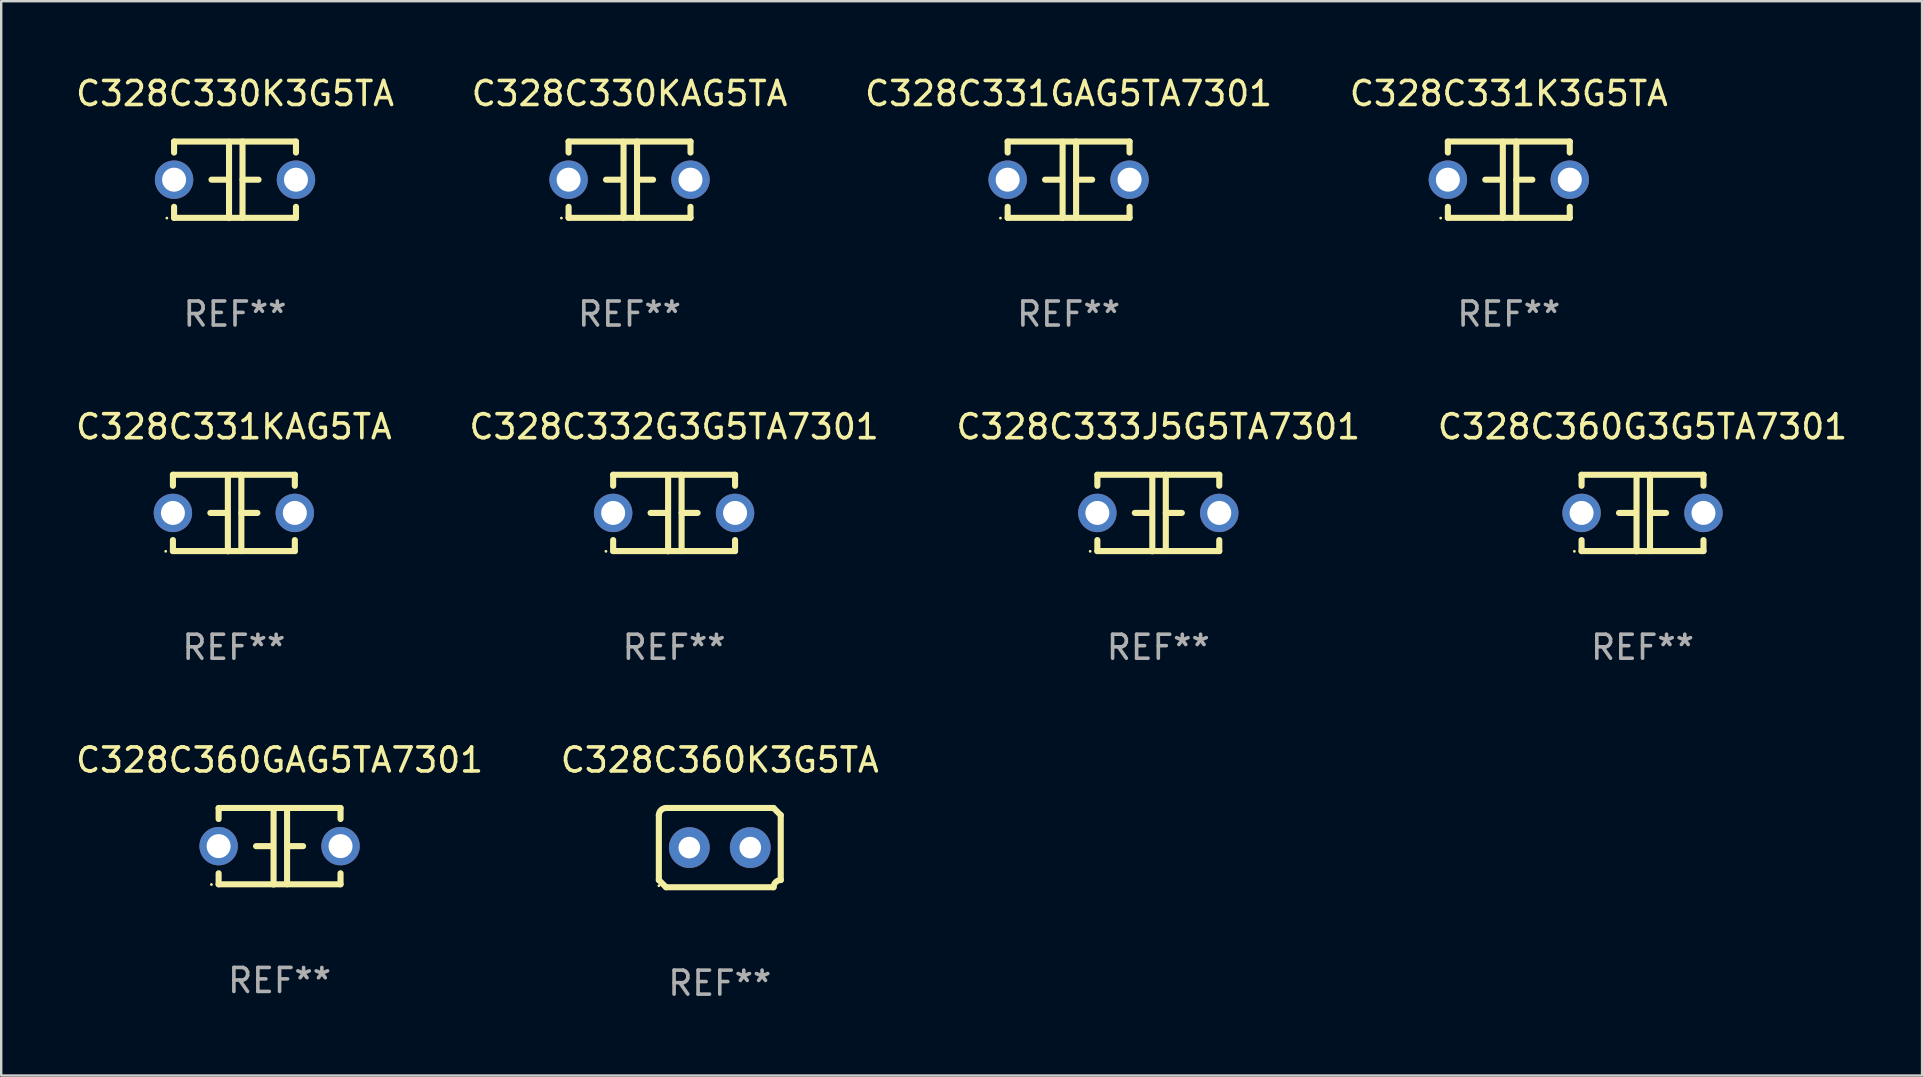
<source format=kicad_pcb>
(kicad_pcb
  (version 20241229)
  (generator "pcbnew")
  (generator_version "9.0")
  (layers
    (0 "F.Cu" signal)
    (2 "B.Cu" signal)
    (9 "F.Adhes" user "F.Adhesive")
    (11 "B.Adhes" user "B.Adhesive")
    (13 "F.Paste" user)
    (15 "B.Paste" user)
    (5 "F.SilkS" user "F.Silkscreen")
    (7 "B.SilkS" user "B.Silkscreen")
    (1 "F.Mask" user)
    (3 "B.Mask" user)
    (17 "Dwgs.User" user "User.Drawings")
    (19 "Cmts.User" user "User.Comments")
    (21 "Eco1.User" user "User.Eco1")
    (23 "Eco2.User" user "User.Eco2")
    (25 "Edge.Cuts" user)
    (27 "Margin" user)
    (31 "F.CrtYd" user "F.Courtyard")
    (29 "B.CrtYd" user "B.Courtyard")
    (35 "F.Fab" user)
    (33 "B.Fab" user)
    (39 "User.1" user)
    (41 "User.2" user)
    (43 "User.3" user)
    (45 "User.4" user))
  (footprint "C328C331K3G5TA"
    (layer "F.Cu")
    (at 59.827 4.443)
    (property "Reference" "C328C331K3G5TA" (at 0 -3.595 0) (layer "F.SilkS") (effects (font (size 1 1) (thickness 0.15))))
    (attr through_hole)
    (fp_line (start -2.54 -1.595) (end -2.54 -1.136) (stroke (width 0.254) (type solid)) (layer "F.SilkS"))
    (fp_line (start -2.54 -1.595) (end 2.54 -1.595) (stroke (width 0.254) (type solid)) (layer "F.SilkS"))
    (fp_line (start -2.54 1.126) (end -2.54 1.585) (stroke (width 0.254) (type solid)) (layer "F.SilkS"))
    (fp_line (start -0.312 -0.005) (end -0.98 -0.005) (stroke (width 0.254) (type solid)) (layer "F.SilkS"))
    (fp_line (start -0.25 -1.585) (end -0.25 1.595) (stroke (width 0.254) (type solid)) (layer "F.SilkS"))
    (fp_line (start 0.312 -1.595) (end 0.312 1.585) (stroke (width 0.254) (type solid)) (layer "F.SilkS"))
    (fp_line (start 0.312 -0.005) (end 0.98 -0.005) (stroke (width 0.254) (type solid)) (layer "F.SilkS"))
    (fp_line (start 2.54 -1.595) (end 2.54 -1.136) (stroke (width 0.254) (type solid)) (layer "F.SilkS"))
    (fp_line (start 2.54 1.126) (end 2.54 1.585) (stroke (width 0.254) (type solid)) (layer "F.SilkS"))
    (fp_line (start 2.54 1.585) (end -2.54 1.585) (stroke (width 0.254) (type solid)) (layer "F.SilkS"))
    (fp_circle (center -2.84 1.595) (end -2.81 1.595) (stroke (width 0.06) (type solid)) (fill no) (layer "F.SilkS"))
    (fp_text user "REF**" (at 0 5.595 0) (layer "F.Fab") (effects (font (size 1 1) (thickness 0.15))))
    (pad "1" thru_hole circle (at -2.54 -0.005) (size 1.6 1.6) (drill 1) (layers "*.Cu" "*.Mask"))
    (pad "2" thru_hole circle (at 2.54 -0.005) (size 1.6 1.6) (drill 1) (layers "*.Cu" "*.Mask")))
  (footprint "C328C333J5G5TA7301"
    (layer "F.Cu")
    (at 45.22 18.33)
    (property "Reference" "C328C333J5G5TA7301" (at 0 -3.595 0) (layer "F.SilkS") (effects (font (size 1 1) (thickness 0.15))))
    (attr through_hole)
    (fp_line (start -2.54 -1.595) (end -2.54 -1.136) (stroke (width 0.254) (type solid)) (layer "F.SilkS"))
    (fp_line (start -2.54 -1.595) (end 2.54 -1.595) (stroke (width 0.254) (type solid)) (layer "F.SilkS"))
    (fp_line (start -2.54 1.126) (end -2.54 1.585) (stroke (width 0.254) (type solid)) (layer "F.SilkS"))
    (fp_line (start -0.312 -0.005) (end -0.98 -0.005) (stroke (width 0.254) (type solid)) (layer "F.SilkS"))
    (fp_line (start -0.25 -1.585) (end -0.25 1.595) (stroke (width 0.254) (type solid)) (layer "F.SilkS"))
    (fp_line (start 0.312 -1.595) (end 0.312 1.585) (stroke (width 0.254) (type solid)) (layer "F.SilkS"))
    (fp_line (start 0.312 -0.005) (end 0.98 -0.005) (stroke (width 0.254) (type solid)) (layer "F.SilkS"))
    (fp_line (start 2.54 -1.595) (end 2.54 -1.136) (stroke (width 0.254) (type solid)) (layer "F.SilkS"))
    (fp_line (start 2.54 1.126) (end 2.54 1.585) (stroke (width 0.254) (type solid)) (layer "F.SilkS"))
    (fp_line (start 2.54 1.585) (end -2.54 1.585) (stroke (width 0.254) (type solid)) (layer "F.SilkS"))
    (fp_circle (center -2.84 1.595) (end -2.81 1.595) (stroke (width 0.06) (type solid)) (fill no) (layer "F.SilkS"))
    (fp_text user "REF**" (at 0 5.595 0) (layer "F.Fab") (effects (font (size 1 1) (thickness 0.15))))
    (pad "1" thru_hole circle (at -2.54 -0.005) (size 1.6 1.6) (drill 1) (layers "*.Cu" "*.Mask"))
    (pad "2" thru_hole circle (at 2.54 -0.005) (size 1.6 1.6) (drill 1) (layers "*.Cu" "*.Mask")))
  (footprint "C328C360G3G5TA7301"
    (layer "F.Cu")
    (at 65.399 18.33)
    (property "Reference" "C328C360G3G5TA7301" (at 0 -3.595 0) (layer "F.SilkS") (effects (font (size 1 1) (thickness 0.15))))
    (attr through_hole)
    (fp_line (start -2.54 -1.595) (end -2.54 -1.136) (stroke (width 0.254) (type solid)) (layer "F.SilkS"))
    (fp_line (start -2.54 -1.595) (end 2.54 -1.595) (stroke (width 0.254) (type solid)) (layer "F.SilkS"))
    (fp_line (start -2.54 1.126) (end -2.54 1.585) (stroke (width 0.254) (type solid)) (layer "F.SilkS"))
    (fp_line (start -0.312 -0.005) (end -0.98 -0.005) (stroke (width 0.254) (type solid)) (layer "F.SilkS"))
    (fp_line (start -0.25 -1.585) (end -0.25 1.595) (stroke (width 0.254) (type solid)) (layer "F.SilkS"))
    (fp_line (start 0.312 -1.595) (end 0.312 1.585) (stroke (width 0.254) (type solid)) (layer "F.SilkS"))
    (fp_line (start 0.312 -0.005) (end 0.98 -0.005) (stroke (width 0.254) (type solid)) (layer "F.SilkS"))
    (fp_line (start 2.54 -1.595) (end 2.54 -1.136) (stroke (width 0.254) (type solid)) (layer "F.SilkS"))
    (fp_line (start 2.54 1.126) (end 2.54 1.585) (stroke (width 0.254) (type solid)) (layer "F.SilkS"))
    (fp_line (start 2.54 1.585) (end -2.54 1.585) (stroke (width 0.254) (type solid)) (layer "F.SilkS"))
    (fp_circle (center -2.84 1.595) (end -2.81 1.595) (stroke (width 0.06) (type solid)) (fill no) (layer "F.SilkS"))
    (fp_text user "REF**" (at 0 5.595 0) (layer "F.Fab") (effects (font (size 1 1) (thickness 0.15))))
    (pad "1" thru_hole circle (at -2.54 -0.005) (size 1.6 1.6) (drill 1) (layers "*.Cu" "*.Mask"))
    (pad "2" thru_hole circle (at 2.54 -0.005) (size 1.6 1.6) (drill 1) (layers "*.Cu" "*.Mask")))
  (footprint "C328C332G3G5TA7301"
    (layer "F.Cu")
    (at 25.042 18.33)
    (property "Reference" "C328C332G3G5TA7301" (at 0 -3.595 0) (layer "F.SilkS") (effects (font (size 1 1) (thickness 0.15))))
    (attr through_hole)
    (fp_line (start -2.54 -1.595) (end -2.54 -1.136) (stroke (width 0.254) (type solid)) (layer "F.SilkS"))
    (fp_line (start -2.54 -1.595) (end 2.54 -1.595) (stroke (width 0.254) (type solid)) (layer "F.SilkS"))
    (fp_line (start -2.54 1.126) (end -2.54 1.585) (stroke (width 0.254) (type solid)) (layer "F.SilkS"))
    (fp_line (start -0.312 -0.005) (end -0.98 -0.005) (stroke (width 0.254) (type solid)) (layer "F.SilkS"))
    (fp_line (start -0.25 -1.585) (end -0.25 1.595) (stroke (width 0.254) (type solid)) (layer "F.SilkS"))
    (fp_line (start 0.312 -1.595) (end 0.312 1.585) (stroke (width 0.254) (type solid)) (layer "F.SilkS"))
    (fp_line (start 0.312 -0.005) (end 0.98 -0.005) (stroke (width 0.254) (type solid)) (layer "F.SilkS"))
    (fp_line (start 2.54 -1.595) (end 2.54 -1.136) (stroke (width 0.254) (type solid)) (layer "F.SilkS"))
    (fp_line (start 2.54 1.126) (end 2.54 1.585) (stroke (width 0.254) (type solid)) (layer "F.SilkS"))
    (fp_line (start 2.54 1.585) (end -2.54 1.585) (stroke (width 0.254) (type solid)) (layer "F.SilkS"))
    (fp_circle (center -2.84 1.595) (end -2.81 1.595) (stroke (width 0.06) (type solid)) (fill no) (layer "F.SilkS"))
    (fp_text user "REF**" (at 0 5.595 0) (layer "F.Fab") (effects (font (size 1 1) (thickness 0.15))))
    (pad "1" thru_hole circle (at -2.54 -0.005) (size 1.6 1.6) (drill 1) (layers "*.Cu" "*.Mask"))
    (pad "2" thru_hole circle (at 2.54 -0.005) (size 1.6 1.6) (drill 1) (layers "*.Cu" "*.Mask")))
  (footprint "C328C331KAG5TA"
    (layer "F.Cu")
    (at 6.696 18.33)
    (property "Reference" "C328C331KAG5TA" (at 0 -3.595 0) (layer "F.SilkS") (effects (font (size 1 1) (thickness 0.15))))
    (attr through_hole)
    (fp_line (start -2.54 -1.595) (end -2.54 -1.136) (stroke (width 0.254) (type solid)) (layer "F.SilkS"))
    (fp_line (start -2.54 -1.595) (end 2.54 -1.595) (stroke (width 0.254) (type solid)) (layer "F.SilkS"))
    (fp_line (start -2.54 1.126) (end -2.54 1.585) (stroke (width 0.254) (type solid)) (layer "F.SilkS"))
    (fp_line (start -0.312 -0.005) (end -0.98 -0.005) (stroke (width 0.254) (type solid)) (layer "F.SilkS"))
    (fp_line (start -0.25 -1.585) (end -0.25 1.595) (stroke (width 0.254) (type solid)) (layer "F.SilkS"))
    (fp_line (start 0.312 -1.595) (end 0.312 1.585) (stroke (width 0.254) (type solid)) (layer "F.SilkS"))
    (fp_line (start 0.312 -0.005) (end 0.98 -0.005) (stroke (width 0.254) (type solid)) (layer "F.SilkS"))
    (fp_line (start 2.54 -1.595) (end 2.54 -1.136) (stroke (width 0.254) (type solid)) (layer "F.SilkS"))
    (fp_line (start 2.54 1.126) (end 2.54 1.585) (stroke (width 0.254) (type solid)) (layer "F.SilkS"))
    (fp_line (start 2.54 1.585) (end -2.54 1.585) (stroke (width 0.254) (type solid)) (layer "F.SilkS"))
    (fp_circle (center -2.84 1.595) (end -2.81 1.595) (stroke (width 0.06) (type solid)) (fill no) (layer "F.SilkS"))
    (fp_text user "REF**" (at 0 5.595 0) (layer "F.Fab") (effects (font (size 1 1) (thickness 0.15))))
    (pad "1" thru_hole circle (at -2.54 -0.005) (size 1.6 1.6) (drill 1) (layers "*.Cu" "*.Mask"))
    (pad "2" thru_hole circle (at 2.54 -0.005) (size 1.6 1.6) (drill 1) (layers "*.Cu" "*.Mask")))
  (footprint "C328C331GAG5TA7301"
    (layer "F.Cu")
    (at 41.482 4.443)
    (property "Reference" "C328C331GAG5TA7301" (at 0 -3.595 0) (layer "F.SilkS") (effects (font (size 1 1) (thickness 0.15))))
    (attr through_hole)
    (fp_line (start -2.54 -1.595) (end -2.54 -1.136) (stroke (width 0.254) (type solid)) (layer "F.SilkS"))
    (fp_line (start -2.54 -1.595) (end 2.54 -1.595) (stroke (width 0.254) (type solid)) (layer "F.SilkS"))
    (fp_line (start -2.54 1.126) (end -2.54 1.585) (stroke (width 0.254) (type solid)) (layer "F.SilkS"))
    (fp_line (start -0.312 -0.005) (end -0.98 -0.005) (stroke (width 0.254) (type solid)) (layer "F.SilkS"))
    (fp_line (start -0.25 -1.585) (end -0.25 1.595) (stroke (width 0.254) (type solid)) (layer "F.SilkS"))
    (fp_line (start 0.312 -1.595) (end 0.312 1.585) (stroke (width 0.254) (type solid)) (layer "F.SilkS"))
    (fp_line (start 0.312 -0.005) (end 0.98 -0.005) (stroke (width 0.254) (type solid)) (layer "F.SilkS"))
    (fp_line (start 2.54 -1.595) (end 2.54 -1.136) (stroke (width 0.254) (type solid)) (layer "F.SilkS"))
    (fp_line (start 2.54 1.126) (end 2.54 1.585) (stroke (width 0.254) (type solid)) (layer "F.SilkS"))
    (fp_line (start 2.54 1.585) (end -2.54 1.585) (stroke (width 0.254) (type solid)) (layer "F.SilkS"))
    (fp_circle (center -2.84 1.595) (end -2.81 1.595) (stroke (width 0.06) (type solid)) (fill no) (layer "F.SilkS"))
    (fp_text user "REF**" (at 0 5.595 0) (layer "F.Fab") (effects (font (size 1 1) (thickness 0.15))))
    (pad "1" thru_hole circle (at -2.54 -0.005) (size 1.6 1.6) (drill 1) (layers "*.Cu" "*.Mask"))
    (pad "2" thru_hole circle (at 2.54 -0.005) (size 1.6 1.6) (drill 1) (layers "*.Cu" "*.Mask")))
  (footprint "C328C360GAG5TA7301"
    (layer "F.Cu")
    (at 8.601 32.216)
    (property "Reference" "C328C360GAG5TA7301" (at 0 -3.595 0) (layer "F.SilkS") (effects (font (size 1 1) (thickness 0.15))))
    (attr through_hole)
    (fp_line (start -2.54 -1.595) (end -2.54 -1.136) (stroke (width 0.254) (type solid)) (layer "F.SilkS"))
    (fp_line (start -2.54 -1.595) (end 2.54 -1.595) (stroke (width 0.254) (type solid)) (layer "F.SilkS"))
    (fp_line (start -2.54 1.126) (end -2.54 1.585) (stroke (width 0.254) (type solid)) (layer "F.SilkS"))
    (fp_line (start -0.312 -0.005) (end -0.98 -0.005) (stroke (width 0.254) (type solid)) (layer "F.SilkS"))
    (fp_line (start -0.25 -1.585) (end -0.25 1.595) (stroke (width 0.254) (type solid)) (layer "F.SilkS"))
    (fp_line (start 0.312 -1.595) (end 0.312 1.585) (stroke (width 0.254) (type solid)) (layer "F.SilkS"))
    (fp_line (start 0.312 -0.005) (end 0.98 -0.005) (stroke (width 0.254) (type solid)) (layer "F.SilkS"))
    (fp_line (start 2.54 -1.595) (end 2.54 -1.136) (stroke (width 0.254) (type solid)) (layer "F.SilkS"))
    (fp_line (start 2.54 1.126) (end 2.54 1.585) (stroke (width 0.254) (type solid)) (layer "F.SilkS"))
    (fp_line (start 2.54 1.585) (end -2.54 1.585) (stroke (width 0.254) (type solid)) (layer "F.SilkS"))
    (fp_circle (center -2.84 1.595) (end -2.81 1.595) (stroke (width 0.06) (type solid)) (fill no) (layer "F.SilkS"))
    (fp_text user "REF**" (at 0 5.595 0) (layer "F.Fab") (effects (font (size 1 1) (thickness 0.15))))
    (pad "1" thru_hole circle (at -2.54 -0.005) (size 1.6 1.6) (drill 1) (layers "*.Cu" "*.Mask"))
    (pad "2" thru_hole circle (at 2.54 -0.005) (size 1.6 1.6) (drill 1) (layers "*.Cu" "*.Mask")))
  (footprint "C328C360K3G5TA"
    (layer "F.Cu")
    (at 26.946 32.272)
    (property "Reference" "C328C360K3G5TA" (at 0 -3.651 0) (layer "F.SilkS") (effects (font (size 1 1) (thickness 0.15))))
    (attr through_hole)
    (fp_line (start -2.54 -1.351) (end -2.54 1.351) (stroke (width 0.254) (type solid)) (layer "F.SilkS"))
    (fp_line (start -2.24 -1.651) (end 2.24 -1.651) (stroke (width 0.254) (type solid)) (layer "F.SilkS"))
    (fp_line (start 2.24 1.651) (end -2.24 1.651) (stroke (width 0.254) (type solid)) (layer "F.SilkS"))
    (fp_line (start 2.54 1.351) (end 2.54 -1.351) (stroke (width 0.254) (type solid)) (layer "F.SilkS"))
    (fp_arc (start -2.540005 -1.351283) (mid -2.450115 -1.561309) (end -2.240005 -1.651003) (stroke (width 0.254001) (type solid)) (layer "F.SilkS"))
    (fp_arc (start -2.240287 1.651001) (mid -2.390163 1.501019) (end -2.540005 1.351003) (stroke (width 0.254001) (type solid)) (layer "F.SilkS"))
    (fp_arc (start 2.240005 1.651003) (mid 2.329934 1.441015) (end 2.540005 1.351282) (stroke (width 0.254001) (type solid)) (layer "F.SilkS"))
    (fp_arc (start 2.540005 -1.351003) (mid 2.389393 -1.500252) (end 2.240284 -1.651003) (stroke (width 0.254001) (type solid)) (layer "F.SilkS"))
    (fp_circle (center -2.54 1.59) (end -2.51 1.59) (stroke (width 0.06) (type solid)) (fill no) (layer "F.SilkS"))
    (fp_text user "REF**" (at 0 5.651 0) (layer "F.Fab") (effects (font (size 1 1) (thickness 0.15))))
    (pad "1" thru_hole circle (at -1.27 0) (size 1.7 1.7) (drill 0.9) (layers "*.Cu" "*.Mask"))
    (pad "2" thru_hole circle (at 1.27 0) (size 1.7 1.7) (drill 0.9) (layers "*.Cu" "*.Mask")))
  (footprint "C328C330KAG5TA"
    (layer "F.Cu")
    (at 23.185 4.443)
    (property "Reference" "C328C330KAG5TA" (at 0 -3.595 0) (layer "F.SilkS") (effects (font (size 1 1) (thickness 0.15))))
    (attr through_hole)
    (fp_line (start -2.54 -1.595) (end -2.54 -1.136) (stroke (width 0.254) (type solid)) (layer "F.SilkS"))
    (fp_line (start -2.54 -1.595) (end 2.54 -1.595) (stroke (width 0.254) (type solid)) (layer "F.SilkS"))
    (fp_line (start -2.54 1.126) (end -2.54 1.585) (stroke (width 0.254) (type solid)) (layer "F.SilkS"))
    (fp_line (start -0.312 -0.005) (end -0.98 -0.005) (stroke (width 0.254) (type solid)) (layer "F.SilkS"))
    (fp_line (start -0.25 -1.585) (end -0.25 1.595) (stroke (width 0.254) (type solid)) (layer "F.SilkS"))
    (fp_line (start 0.312 -1.595) (end 0.312 1.585) (stroke (width 0.254) (type solid)) (layer "F.SilkS"))
    (fp_line (start 0.312 -0.005) (end 0.98 -0.005) (stroke (width 0.254) (type solid)) (layer "F.SilkS"))
    (fp_line (start 2.54 -1.595) (end 2.54 -1.136) (stroke (width 0.254) (type solid)) (layer "F.SilkS"))
    (fp_line (start 2.54 1.126) (end 2.54 1.585) (stroke (width 0.254) (type solid)) (layer "F.SilkS"))
    (fp_line (start 2.54 1.585) (end -2.54 1.585) (stroke (width 0.254) (type solid)) (layer "F.SilkS"))
    (fp_circle (center -2.84 1.595) (end -2.81 1.595) (stroke (width 0.06) (type solid)) (fill no) (layer "F.SilkS"))
    (fp_text user "REF**" (at 0 5.595 0) (layer "F.Fab") (effects (font (size 1 1) (thickness 0.15))))
    (pad "1" thru_hole circle (at -2.54 -0.005) (size 1.6 1.6) (drill 1) (layers "*.Cu" "*.Mask"))
    (pad "2" thru_hole circle (at 2.54 -0.005) (size 1.6 1.6) (drill 1) (layers "*.Cu" "*.Mask")))
  (footprint "C328C330K3G5TA"
    (layer "F.Cu")
    (at 6.744 4.443)
    (property "Reference" "C328C330K3G5TA" (at 0 -3.595 0) (layer "F.SilkS") (effects (font (size 1 1) (thickness 0.15))))
    (attr through_hole)
    (fp_line (start -2.54 -1.595) (end -2.54 -1.136) (stroke (width 0.254) (type solid)) (layer "F.SilkS"))
    (fp_line (start -2.54 -1.595) (end 2.54 -1.595) (stroke (width 0.254) (type solid)) (layer "F.SilkS"))
    (fp_line (start -2.54 1.126) (end -2.54 1.585) (stroke (width 0.254) (type solid)) (layer "F.SilkS"))
    (fp_line (start -0.312 -0.005) (end -0.98 -0.005) (stroke (width 0.254) (type solid)) (layer "F.SilkS"))
    (fp_line (start -0.25 -1.585) (end -0.25 1.595) (stroke (width 0.254) (type solid)) (layer "F.SilkS"))
    (fp_line (start 0.312 -1.595) (end 0.312 1.585) (stroke (width 0.254) (type solid)) (layer "F.SilkS"))
    (fp_line (start 0.312 -0.005) (end 0.98 -0.005) (stroke (width 0.254) (type solid)) (layer "F.SilkS"))
    (fp_line (start 2.54 -1.595) (end 2.54 -1.136) (stroke (width 0.254) (type solid)) (layer "F.SilkS"))
    (fp_line (start 2.54 1.126) (end 2.54 1.585) (stroke (width 0.254) (type solid)) (layer "F.SilkS"))
    (fp_line (start 2.54 1.585) (end -2.54 1.585) (stroke (width 0.254) (type solid)) (layer "F.SilkS"))
    (fp_circle (center -2.84 1.595) (end -2.81 1.595) (stroke (width 0.06) (type solid)) (fill no) (layer "F.SilkS"))
    (fp_text user "REF**" (at 0 5.595 0) (layer "F.Fab") (effects (font (size 1 1) (thickness 0.15))))
    (pad "1" thru_hole circle (at -2.54 -0.005) (size 1.6 1.6) (drill 1) (layers "*.Cu" "*.Mask"))
    (pad "2" thru_hole circle (at 2.54 -0.005) (size 1.6 1.6) (drill 1) (layers "*.Cu" "*.Mask")))
  (gr_rect
    (start -3 -3)
    (end 77.048 41.771)
    (stroke (width 0.1) (type default))
    (fill no)
    (layer "Edge.Cuts")))
</source>
